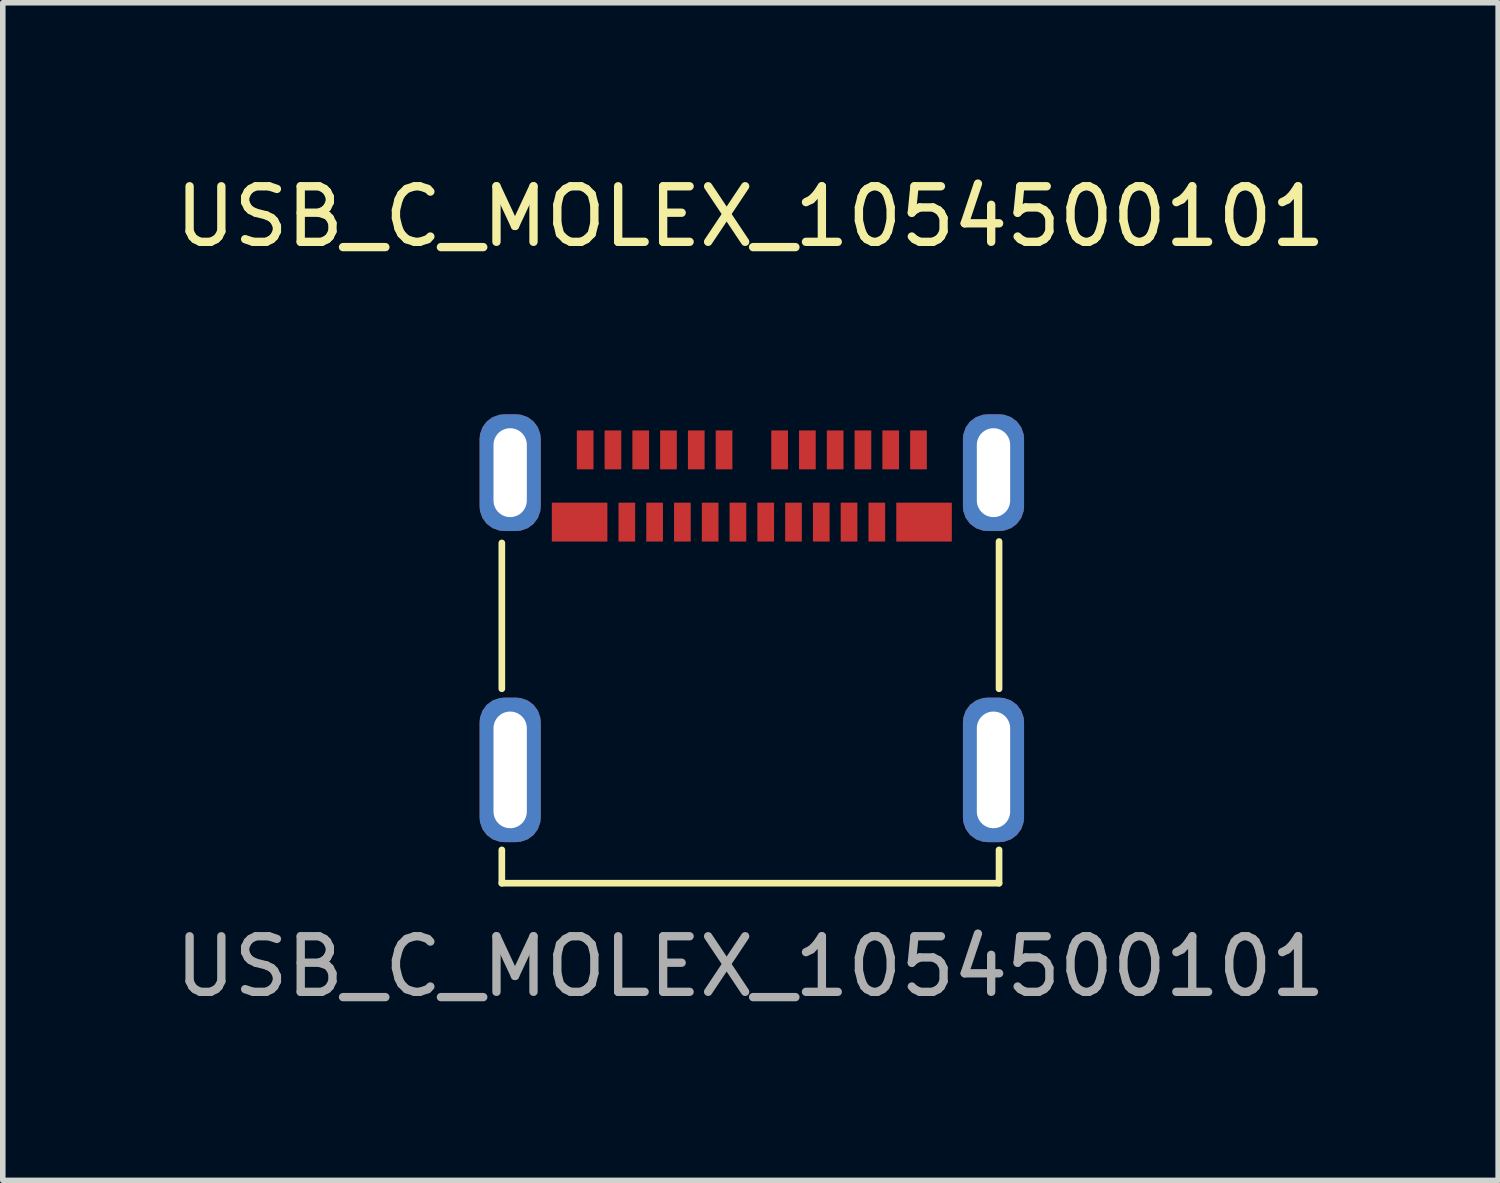
<source format=kicad_pcb>
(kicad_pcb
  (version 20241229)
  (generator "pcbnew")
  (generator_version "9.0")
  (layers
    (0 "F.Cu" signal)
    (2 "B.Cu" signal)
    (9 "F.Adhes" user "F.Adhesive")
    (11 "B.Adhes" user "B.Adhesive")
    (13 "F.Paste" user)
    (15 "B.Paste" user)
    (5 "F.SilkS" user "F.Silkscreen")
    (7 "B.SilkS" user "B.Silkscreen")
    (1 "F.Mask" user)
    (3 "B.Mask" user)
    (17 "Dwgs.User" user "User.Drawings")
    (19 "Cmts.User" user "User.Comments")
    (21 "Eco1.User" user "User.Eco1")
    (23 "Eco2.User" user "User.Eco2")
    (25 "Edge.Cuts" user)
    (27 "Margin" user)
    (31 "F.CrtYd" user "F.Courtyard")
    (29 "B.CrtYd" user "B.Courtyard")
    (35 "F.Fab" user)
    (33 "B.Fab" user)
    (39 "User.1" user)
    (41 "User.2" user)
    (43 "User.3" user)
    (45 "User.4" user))
  (footprint "USB_C_MOLEX_1054500101"
    (layer "F.Cu")
    (at 10.458 12.848)
    (property "Reference" "USB_C_MOLEX_1054500101" (at 0 -12 0) (unlocked yes) (layer "F.SilkS") (effects (font (size 1 1) (thickness 0.15))))
    (attr smd)
    (fp_line (start -4.475 -6.125) (end -4.475 -3.5) (stroke (width 0.12) (type solid)) (layer "F.SilkS"))
    (fp_line (start -4.475 0) (end -4.475 -0.6) (stroke (width 0.12) (type solid)) (layer "F.SilkS"))
    (fp_line (start 4.475 -6.15) (end 4.475 -3.5) (stroke (width 0.12) (type solid)) (layer "F.SilkS"))
    (fp_line (start 4.475 -0.6) (end 4.475 0) (stroke (width 0.12) (type solid)) (layer "F.SilkS"))
    (fp_line (start 4.475 0) (end -4.475 0) (stroke (width 0.12) (type solid)) (layer "F.SilkS"))
    (fp_text user "${REFERENCE}" (at 0 1.5 0) (unlocked yes) (layer "F.Fab") (effects (font (size 1 1) (thickness 0.15))))
    (pad "A1" smd rect (at -2.975 -7.8 90) (size 0.7 0.3) (layers "F.Cu" "F.Mask" "F.Paste"))
    (pad "A2" smd rect (at -2.475 -7.8 90) (size 0.7 0.3) (layers "F.Cu" "F.Mask" "F.Paste"))
    (pad "A3" smd rect (at -1.975 -7.8 90) (size 0.7 0.3) (layers "F.Cu" "F.Mask" "F.Paste"))
    (pad "A4" smd rect (at -1.475 -7.8 90) (size 0.7 0.3) (layers "F.Cu" "F.Mask" "F.Paste"))
    (pad "A5" smd rect (at -0.975 -7.8 90) (size 0.7 0.3) (layers "F.Cu" "F.Mask" "F.Paste"))
    (pad "A6" smd rect (at -0.475 -7.8 90) (size 0.7 0.3) (layers "F.Cu" "F.Mask" "F.Paste"))
    (pad "A7" smd rect (at 0.525 -7.8 90) (size 0.7 0.3) (layers "F.Cu" "F.Mask" "F.Paste"))
    (pad "A8" smd rect (at 1.025 -7.8 90) (size 0.7 0.3) (layers "F.Cu" "F.Mask" "F.Paste"))
    (pad "A9" smd rect (at 1.525 -7.8 90) (size 0.7 0.3) (layers "F.Cu" "F.Mask" "F.Paste"))
    (pad "A10" smd rect (at 2.025 -7.8 90) (size 0.7 0.3) (layers "F.Cu" "F.Mask" "F.Paste"))
    (pad "A11" smd rect (at 2.525 -7.8 90) (size 0.7 0.3) (layers "F.Cu" "F.Mask" "F.Paste"))
    (pad "A12" smd rect (at 3.025 -7.8 90) (size 0.7 0.3) (layers "F.Cu" "F.Mask" "F.Paste"))
    (pad "B1" smd rect (at 3.125 -6.5) (size 1 0.7) (layers "F.Cu" "F.Mask" "F.Paste"))
    (pad "B2" smd rect (at 2.275 -6.5 90) (size 0.7 0.3) (layers "F.Cu" "F.Mask" "F.Paste"))
    (pad "B3" smd rect (at 1.775 -6.5 90) (size 0.7 0.3) (layers "F.Cu" "F.Mask" "F.Paste"))
    (pad "B4" smd rect (at 1.275 -6.5 90) (size 0.7 0.3) (layers "F.Cu" "F.Mask" "F.Paste"))
    (pad "B5" smd rect (at 0.775 -6.5 90) (size 0.7 0.3) (layers "F.Cu" "F.Mask" "F.Paste"))
    (pad "B6" smd rect (at 0.275 -6.5 90) (size 0.7 0.3) (layers "F.Cu" "F.Mask" "F.Paste"))
    (pad "B7" smd rect (at -0.225 -6.5 90) (size 0.7 0.3) (layers "F.Cu" "F.Mask" "F.Paste"))
    (pad "B8" smd rect (at -0.725 -6.5 90) (size 0.7 0.3) (layers "F.Cu" "F.Mask" "F.Paste"))
    (pad "B9" smd rect (at -1.225 -6.5 90) (size 0.7 0.3) (layers "F.Cu" "F.Mask" "F.Paste"))
    (pad "B10" smd rect (at -1.725 -6.5 90) (size 0.7 0.3) (layers "F.Cu" "F.Mask" "F.Paste"))
    (pad "B11" smd rect (at -2.225 -6.5 90) (size 0.7 0.3) (layers "F.Cu" "F.Mask" "F.Paste"))
    (pad "B12" smd rect (at -3.075 -6.5 180) (size 1 0.7) (layers "F.Cu" "F.Mask" "F.Paste"))
    (pad "S1" thru_hole roundrect (at -4.325 -7.39 90) (size 2.1 1.1) (drill oval 1.6 0.6) (layers "*.Cu" "*.Mask") (roundrect_rratio 0.4))
    (pad "S1" thru_hole roundrect (at -4.325 -2.04 90) (size 2.6 1.1) (drill oval 2.1 0.6) (layers "*.Cu" "*.Mask") (roundrect_rratio 0.4))
    (pad "S1" thru_hole roundrect (at 4.375 -7.39 90) (size 2.1 1.1) (drill oval 1.6 0.6) (layers "*.Cu" "*.Mask") (roundrect_rratio 0.4))
    (pad "S1" thru_hole roundrect (at 4.375 -2.04 90) (size 2.6 1.1) (drill oval 2.1 0.6) (layers "*.Cu" "*.Mask") (roundrect_rratio 0.4))
    (zone (net_name "") (layers "F.Cu" "B.Cu") (hatch edge 0.508) (connect_pads) (min_thickness 0.254) (filled_areas_thickness no) (keepout (tracks not_allowed) (vias not_allowed) (pads not_allowed) (copperpour not_allowed) (footprints not_allowed)) (placement (enabled no)) (fill) (polygon (pts (xy 13.983 12.548) (xy 6.983 12.548) (xy 6.983 7.048) (xy 13.983 7.048)))))
  (gr_rect
    (start -3 -3)
    (end 23.917 18.197)
    (stroke (width 0.1) (type default))
    (fill no)
    (layer "Edge.Cuts")))
</source>
